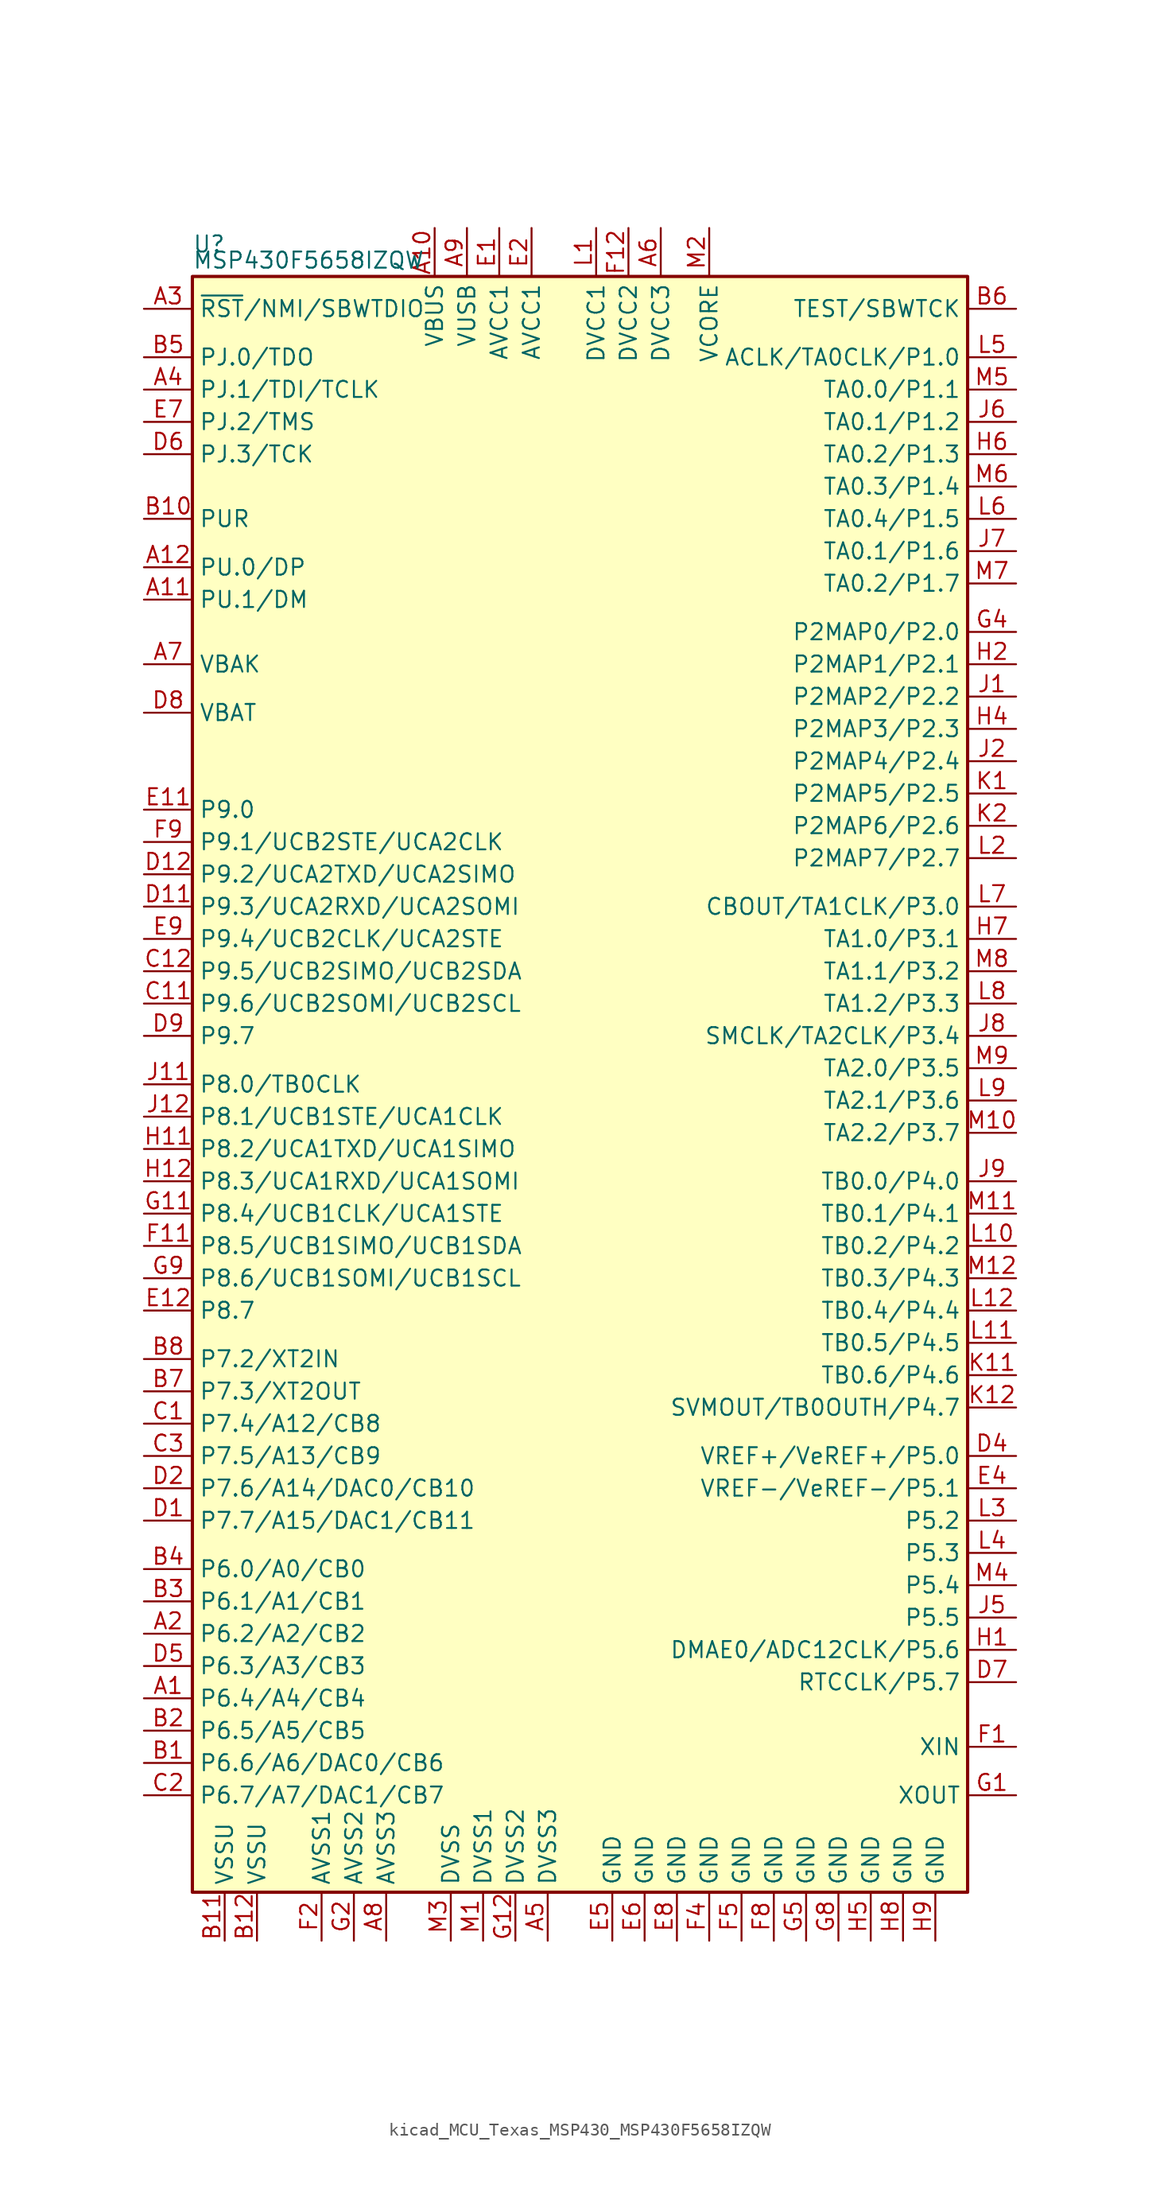
<source format=kicad_sym>
(kicad_symbol_lib
  (version 20220914)
  (generator kicad_symbol_editor)
  (symbol "kicad_MCU_Texas_MSP430_MSP430F5658IZQW"
    (property "Reference" "U"
      (at -30.48 66.04 0)
      (effects (font (size 1.27 1.27)) (justify left)))
    (property "Value" "MSP430F5658IZQW"
      (at -30.48 64.77 0)
      (effects (font (size 1.27 1.27)) (justify left)))
    (symbol "kicad_MCU_Texas_MSP430_MSP430F5658IZQW_0_1"
      (rectangle (start -30.48 63.5) (end 30.48 -63.5) (stroke (width 0.254) (type default)) (fill (type background))))
    (symbol "kicad_MCU_Texas_MSP430_MSP430F5658IZQW_1_1"
      (pin bidirectional line (at -34.29 -48.26 0) (length 3.81) (name "P6.4/A4/CB4" (effects (font (size 1.27 1.27)))) (number "A1" (effects (font (size 1.27 1.27)))))
      (pin passive line (at -11.43 67.31 270) (length 3.81) (name "VBUS" (effects (font (size 1.27 1.27)))) (number "A10" (effects (font (size 1.27 1.27)))))
      (pin bidirectional line (at -34.29 38.1 0) (length 3.81) (name "PU.1/DM" (effects (font (size 1.27 1.27)))) (number "A11" (effects (font (size 1.27 1.27)))))
      (pin bidirectional line (at -34.29 40.64 0) (length 3.81) (name "PU.0/DP" (effects (font (size 1.27 1.27)))) (number "A12" (effects (font (size 1.27 1.27)))))
      (pin bidirectional line (at -34.29 -43.18 0) (length 3.81) (name "P6.2/A2/CB2" (effects (font (size 1.27 1.27)))) (number "A2" (effects (font (size 1.27 1.27)))))
      (pin input line (at -34.29 60.96 0) (length 3.81) (name "~{RST}/NMI/SBWTDIO" (effects (font (size 1.27 1.27)))) (number "A3" (effects (font (size 1.27 1.27)))))
      (pin bidirectional line (at -34.29 54.61 0) (length 3.81) (name "PJ.1/TDI/TCLK" (effects (font (size 1.27 1.27)))) (number "A4" (effects (font (size 1.27 1.27)))))
      (pin power_in line (at -2.54 -67.31 90) (length 3.81) (name "DVSS3" (effects (font (size 1.27 1.27)))) (number "A5" (effects (font (size 1.27 1.27)))))
      (pin power_in line (at 6.35 67.31 270) (length 3.81) (name "DVCC3" (effects (font (size 1.27 1.27)))) (number "A6" (effects (font (size 1.27 1.27)))))
      (pin passive line (at -34.29 33.02 0) (length 3.81) (name "VBAK" (effects (font (size 1.27 1.27)))) (number "A7" (effects (font (size 1.27 1.27)))))
      (pin power_in line (at -15.24 -67.31 90) (length 3.81) (name "AVSS3" (effects (font (size 1.27 1.27)))) (number "A8" (effects (font (size 1.27 1.27)))))
      (pin passive line (at -8.89 67.31 270) (length 3.81) (name "VUSB" (effects (font (size 1.27 1.27)))) (number "A9" (effects (font (size 1.27 1.27)))))
      (pin bidirectional line (at -34.29 -53.34 0) (length 3.81) (name "P6.6/A6/DAC0/CB6" (effects (font (size 1.27 1.27)))) (number "B1" (effects (font (size 1.27 1.27)))))
      (pin bidirectional line (at -34.29 44.45 0) (length 3.81) (name "PUR" (effects (font (size 1.27 1.27)))) (number "B10" (effects (font (size 1.27 1.27)))))
      (pin power_in line (at -27.94 -67.31 90) (length 3.81) (name "VSSU" (effects (font (size 1.27 1.27)))) (number "B11" (effects (font (size 1.27 1.27)))))
      (pin power_in line (at -25.4 -67.31 90) (length 3.81) (name "VSSU" (effects (font (size 1.27 1.27)))) (number "B12" (effects (font (size 1.27 1.27)))))
      (pin bidirectional line (at -34.29 -50.8 0) (length 3.81) (name "P6.5/A5/CB5" (effects (font (size 1.27 1.27)))) (number "B2" (effects (font (size 1.27 1.27)))))
      (pin bidirectional line (at -34.29 -40.64 0) (length 3.81) (name "P6.1/A1/CB1" (effects (font (size 1.27 1.27)))) (number "B3" (effects (font (size 1.27 1.27)))))
      (pin bidirectional line (at -34.29 -38.1 0) (length 3.81) (name "P6.0/A0/CB0" (effects (font (size 1.27 1.27)))) (number "B4" (effects (font (size 1.27 1.27)))))
      (pin bidirectional line (at -34.29 57.15 0) (length 3.81) (name "PJ.0/TDO" (effects (font (size 1.27 1.27)))) (number "B5" (effects (font (size 1.27 1.27)))))
      (pin input line (at 34.29 60.96 180) (length 3.81) (name "TEST/SBWTCK" (effects (font (size 1.27 1.27)))) (number "B6" (effects (font (size 1.27 1.27)))))
      (pin bidirectional line (at -34.29 -24.13 0) (length 3.81) (name "P7.3/XT2OUT" (effects (font (size 1.27 1.27)))) (number "B7" (effects (font (size 1.27 1.27)))))
      (pin bidirectional line (at -34.29 -21.59 0) (length 3.81) (name "P7.2/XT2IN" (effects (font (size 1.27 1.27)))) (number "B8" (effects (font (size 1.27 1.27)))))
      (pin bidirectional line (at -34.29 -26.67 0) (length 3.81) (name "P7.4/A12/CB8" (effects (font (size 1.27 1.27)))) (number "C1" (effects (font (size 1.27 1.27)))))
      (pin bidirectional line (at -34.29 6.35 0) (length 3.81) (name "P9.6/UCB2SOMI/UCB2SCL" (effects (font (size 1.27 1.27)))) (number "C11" (effects (font (size 1.27 1.27)))))
      (pin bidirectional line (at -34.29 8.89 0) (length 3.81) (name "P9.5/UCB2SIMO/UCB2SDA" (effects (font (size 1.27 1.27)))) (number "C12" (effects (font (size 1.27 1.27)))))
      (pin bidirectional line (at -34.29 -55.88 0) (length 3.81) (name "P6.7/A7/DAC1/CB7" (effects (font (size 1.27 1.27)))) (number "C2" (effects (font (size 1.27 1.27)))))
      (pin bidirectional line (at -34.29 -29.21 0) (length 3.81) (name "P7.5/A13/CB9" (effects (font (size 1.27 1.27)))) (number "C3" (effects (font (size 1.27 1.27)))))
      (pin bidirectional line (at -34.29 -34.29 0) (length 3.81) (name "P7.7/A15/DAC1/CB11" (effects (font (size 1.27 1.27)))) (number "D1" (effects (font (size 1.27 1.27)))))
      (pin bidirectional line (at -34.29 13.97 0) (length 3.81) (name "P9.3/UCA2RXD/UCA2SOMI" (effects (font (size 1.27 1.27)))) (number "D11" (effects (font (size 1.27 1.27)))))
      (pin bidirectional line (at -34.29 16.51 0) (length 3.81) (name "P9.2/UCA2TXD/UCA2SIMO" (effects (font (size 1.27 1.27)))) (number "D12" (effects (font (size 1.27 1.27)))))
      (pin bidirectional line (at -34.29 -31.75 0) (length 3.81) (name "P7.6/A14/DAC0/CB10" (effects (font (size 1.27 1.27)))) (number "D2" (effects (font (size 1.27 1.27)))))
      (pin bidirectional line (at 34.29 -29.21 180) (length 3.81) (name "VREF+/VeREF+/P5.0" (effects (font (size 1.27 1.27)))) (number "D4" (effects (font (size 1.27 1.27)))))
      (pin bidirectional line (at -34.29 -45.72 0) (length 3.81) (name "P6.3/A3/CB3" (effects (font (size 1.27 1.27)))) (number "D5" (effects (font (size 1.27 1.27)))))
      (pin bidirectional line (at -34.29 49.53 0) (length 3.81) (name "PJ.3/TCK" (effects (font (size 1.27 1.27)))) (number "D6" (effects (font (size 1.27 1.27)))))
      (pin bidirectional line (at 34.29 -46.99 180) (length 3.81) (name "RTCCLK/P5.7" (effects (font (size 1.27 1.27)))) (number "D7" (effects (font (size 1.27 1.27)))))
      (pin passive line (at -34.29 29.21 0) (length 3.81) (name "VBAT" (effects (font (size 1.27 1.27)))) (number "D8" (effects (font (size 1.27 1.27)))))
      (pin bidirectional line (at -34.29 3.81 0) (length 3.81) (name "P9.7" (effects (font (size 1.27 1.27)))) (number "D9" (effects (font (size 1.27 1.27)))))
      (pin power_in line (at -6.35 67.31 270) (length 3.81) (name "AVCC1" (effects (font (size 1.27 1.27)))) (number "E1" (effects (font (size 1.27 1.27)))))
      (pin bidirectional line (at -34.29 21.59 0) (length 3.81) (name "P9.0" (effects (font (size 1.27 1.27)))) (number "E11" (effects (font (size 1.27 1.27)))))
      (pin bidirectional line (at -34.29 -17.78 0) (length 3.81) (name "P8.7" (effects (font (size 1.27 1.27)))) (number "E12" (effects (font (size 1.27 1.27)))))
      (pin power_in line (at -3.81 67.31 270) (length 3.81) (name "AVCC1" (effects (font (size 1.27 1.27)))) (number "E2" (effects (font (size 1.27 1.27)))))
      (pin bidirectional line (at 34.29 -31.75 180) (length 3.81) (name "VREF-/VeREF-/P5.1" (effects (font (size 1.27 1.27)))) (number "E4" (effects (font (size 1.27 1.27)))))
      (pin power_in line (at 2.54 -67.31 90) (length 3.81) (name "GND" (effects (font (size 1.27 1.27)))) (number "E5" (effects (font (size 1.27 1.27)))))
      (pin power_in line (at 5.08 -67.31 90) (length 3.81) (name "GND" (effects (font (size 1.27 1.27)))) (number "E6" (effects (font (size 1.27 1.27)))))
      (pin bidirectional line (at -34.29 52.07 0) (length 3.81) (name "PJ.2/TMS" (effects (font (size 1.27 1.27)))) (number "E7" (effects (font (size 1.27 1.27)))))
      (pin power_in line (at 7.62 -67.31 90) (length 3.81) (name "GND" (effects (font (size 1.27 1.27)))) (number "E8" (effects (font (size 1.27 1.27)))))
      (pin bidirectional line (at -34.29 11.43 0) (length 3.81) (name "P9.4/UCB2CLK/UCA2STE" (effects (font (size 1.27 1.27)))) (number "E9" (effects (font (size 1.27 1.27)))))
      (pin input line (at 34.29 -52.07 180) (length 3.81) (name "XIN" (effects (font (size 1.27 1.27)))) (number "F1" (effects (font (size 1.27 1.27)))))
      (pin bidirectional line (at -34.29 -12.7 0) (length 3.81) (name "P8.5/UCB1SIMO/UCB1SDA" (effects (font (size 1.27 1.27)))) (number "F11" (effects (font (size 1.27 1.27)))))
      (pin power_in line (at 3.81 67.31 270) (length 3.81) (name "DVCC2" (effects (font (size 1.27 1.27)))) (number "F12" (effects (font (size 1.27 1.27)))))
      (pin power_in line (at -20.32 -67.31 90) (length 3.81) (name "AVSS1" (effects (font (size 1.27 1.27)))) (number "F2" (effects (font (size 1.27 1.27)))))
      (pin power_in line (at 10.16 -67.31 90) (length 3.81) (name "GND" (effects (font (size 1.27 1.27)))) (number "F4" (effects (font (size 1.27 1.27)))))
      (pin power_in line (at 12.7 -67.31 90) (length 3.81) (name "GND" (effects (font (size 1.27 1.27)))) (number "F5" (effects (font (size 1.27 1.27)))))
      (pin power_in line (at 15.24 -67.31 90) (length 3.81) (name "GND" (effects (font (size 1.27 1.27)))) (number "F8" (effects (font (size 1.27 1.27)))))
      (pin bidirectional line (at -34.29 19.05 0) (length 3.81) (name "P9.1/UCB2STE/UCA2CLK" (effects (font (size 1.27 1.27)))) (number "F9" (effects (font (size 1.27 1.27)))))
      (pin output line (at 34.29 -55.88 180) (length 3.81) (name "XOUT" (effects (font (size 1.27 1.27)))) (number "G1" (effects (font (size 1.27 1.27)))))
      (pin bidirectional line (at -34.29 -10.16 0) (length 3.81) (name "P8.4/UCB1CLK/UCA1STE" (effects (font (size 1.27 1.27)))) (number "G11" (effects (font (size 1.27 1.27)))))
      (pin power_in line (at -5.08 -67.31 90) (length 3.81) (name "DVSS2" (effects (font (size 1.27 1.27)))) (number "G12" (effects (font (size 1.27 1.27)))))
      (pin power_in line (at -17.78 -67.31 90) (length 3.81) (name "AVSS2" (effects (font (size 1.27 1.27)))) (number "G2" (effects (font (size 1.27 1.27)))))
      (pin bidirectional line (at 34.29 35.56 180) (length 3.81) (name "P2MAP0/P2.0" (effects (font (size 1.27 1.27)))) (number "G4" (effects (font (size 1.27 1.27)))))
      (pin power_in line (at 17.78 -67.31 90) (length 3.81) (name "GND" (effects (font (size 1.27 1.27)))) (number "G5" (effects (font (size 1.27 1.27)))))
      (pin power_in line (at 20.32 -67.31 90) (length 3.81) (name "GND" (effects (font (size 1.27 1.27)))) (number "G8" (effects (font (size 1.27 1.27)))))
      (pin bidirectional line (at -34.29 -15.24 0) (length 3.81) (name "P8.6/UCB1SOMI/UCB1SCL" (effects (font (size 1.27 1.27)))) (number "G9" (effects (font (size 1.27 1.27)))))
      (pin bidirectional line (at 34.29 -44.45 180) (length 3.81) (name "DMAE0/ADC12CLK/P5.6" (effects (font (size 1.27 1.27)))) (number "H1" (effects (font (size 1.27 1.27)))))
      (pin bidirectional line (at -34.29 -5.08 0) (length 3.81) (name "P8.2/UCA1TXD/UCA1SIMO" (effects (font (size 1.27 1.27)))) (number "H11" (effects (font (size 1.27 1.27)))))
      (pin bidirectional line (at -34.29 -7.62 0) (length 3.81) (name "P8.3/UCA1RXD/UCA1SOMI" (effects (font (size 1.27 1.27)))) (number "H12" (effects (font (size 1.27 1.27)))))
      (pin bidirectional line (at 34.29 33.02 180) (length 3.81) (name "P2MAP1/P2.1" (effects (font (size 1.27 1.27)))) (number "H2" (effects (font (size 1.27 1.27)))))
      (pin bidirectional line (at 34.29 27.94 180) (length 3.81) (name "P2MAP3/P2.3" (effects (font (size 1.27 1.27)))) (number "H4" (effects (font (size 1.27 1.27)))))
      (pin power_in line (at 22.86 -67.31 90) (length 3.81) (name "GND" (effects (font (size 1.27 1.27)))) (number "H5" (effects (font (size 1.27 1.27)))))
      (pin bidirectional line (at 34.29 49.53 180) (length 3.81) (name "TA0.2/P1.3" (effects (font (size 1.27 1.27)))) (number "H6" (effects (font (size 1.27 1.27)))))
      (pin bidirectional line (at 34.29 11.43 180) (length 3.81) (name "TA1.0/P3.1" (effects (font (size 1.27 1.27)))) (number "H7" (effects (font (size 1.27 1.27)))))
      (pin power_in line (at 25.4 -67.31 90) (length 3.81) (name "GND" (effects (font (size 1.27 1.27)))) (number "H8" (effects (font (size 1.27 1.27)))))
      (pin power_in line (at 27.94 -67.31 90) (length 3.81) (name "GND" (effects (font (size 1.27 1.27)))) (number "H9" (effects (font (size 1.27 1.27)))))
      (pin bidirectional line (at 34.29 30.48 180) (length 3.81) (name "P2MAP2/P2.2" (effects (font (size 1.27 1.27)))) (number "J1" (effects (font (size 1.27 1.27)))))
      (pin bidirectional line (at -34.29 0 0) (length 3.81) (name "P8.0/TB0CLK" (effects (font (size 1.27 1.27)))) (number "J11" (effects (font (size 1.27 1.27)))))
      (pin bidirectional line (at -34.29 -2.54 0) (length 3.81) (name "P8.1/UCB1STE/UCA1CLK" (effects (font (size 1.27 1.27)))) (number "J12" (effects (font (size 1.27 1.27)))))
      (pin bidirectional line (at 34.29 25.4 180) (length 3.81) (name "P2MAP4/P2.4" (effects (font (size 1.27 1.27)))) (number "J2" (effects (font (size 1.27 1.27)))))
      (pin bidirectional line (at 34.29 -41.91 180) (length 3.81) (name "P5.5" (effects (font (size 1.27 1.27)))) (number "J5" (effects (font (size 1.27 1.27)))))
      (pin bidirectional line (at 34.29 52.07 180) (length 3.81) (name "TA0.1/P1.2" (effects (font (size 1.27 1.27)))) (number "J6" (effects (font (size 1.27 1.27)))))
      (pin bidirectional line (at 34.29 41.91 180) (length 3.81) (name "TA0.1/P1.6" (effects (font (size 1.27 1.27)))) (number "J7" (effects (font (size 1.27 1.27)))))
      (pin bidirectional line (at 34.29 3.81 180) (length 3.81) (name "SMCLK/TA2CLK/P3.4" (effects (font (size 1.27 1.27)))) (number "J8" (effects (font (size 1.27 1.27)))))
      (pin bidirectional line (at 34.29 -7.62 180) (length 3.81) (name "TB0.0/P4.0" (effects (font (size 1.27 1.27)))) (number "J9" (effects (font (size 1.27 1.27)))))
      (pin bidirectional line (at 34.29 22.86 180) (length 3.81) (name "P2MAP5/P2.5" (effects (font (size 1.27 1.27)))) (number "K1" (effects (font (size 1.27 1.27)))))
      (pin bidirectional line (at 34.29 -22.86 180) (length 3.81) (name "TB0.6/P4.6" (effects (font (size 1.27 1.27)))) (number "K11" (effects (font (size 1.27 1.27)))))
      (pin bidirectional line (at 34.29 -25.4 180) (length 3.81) (name "SVMOUT/TB0OUTH/P4.7" (effects (font (size 1.27 1.27)))) (number "K12" (effects (font (size 1.27 1.27)))))
      (pin bidirectional line (at 34.29 20.32 180) (length 3.81) (name "P2MAP6/P2.6" (effects (font (size 1.27 1.27)))) (number "K2" (effects (font (size 1.27 1.27)))))
      (pin power_in line (at 1.27 67.31 270) (length 3.81) (name "DVCC1" (effects (font (size 1.27 1.27)))) (number "L1" (effects (font (size 1.27 1.27)))))
      (pin bidirectional line (at 34.29 -12.7 180) (length 3.81) (name "TB0.2/P4.2" (effects (font (size 1.27 1.27)))) (number "L10" (effects (font (size 1.27 1.27)))))
      (pin bidirectional line (at 34.29 -20.32 180) (length 3.81) (name "TB0.5/P4.5" (effects (font (size 1.27 1.27)))) (number "L11" (effects (font (size 1.27 1.27)))))
      (pin bidirectional line (at 34.29 -17.78 180) (length 3.81) (name "TB0.4/P4.4" (effects (font (size 1.27 1.27)))) (number "L12" (effects (font (size 1.27 1.27)))))
      (pin bidirectional line (at 34.29 17.78 180) (length 3.81) (name "P2MAP7/P2.7" (effects (font (size 1.27 1.27)))) (number "L2" (effects (font (size 1.27 1.27)))))
      (pin bidirectional line (at 34.29 -34.29 180) (length 3.81) (name "P5.2" (effects (font (size 1.27 1.27)))) (number "L3" (effects (font (size 1.27 1.27)))))
      (pin bidirectional line (at 34.29 -36.83 180) (length 3.81) (name "P5.3" (effects (font (size 1.27 1.27)))) (number "L4" (effects (font (size 1.27 1.27)))))
      (pin bidirectional line (at 34.29 57.15 180) (length 3.81) (name "ACLK/TA0CLK/P1.0" (effects (font (size 1.27 1.27)))) (number "L5" (effects (font (size 1.27 1.27)))))
      (pin bidirectional line (at 34.29 44.45 180) (length 3.81) (name "TA0.4/P1.5" (effects (font (size 1.27 1.27)))) (number "L6" (effects (font (size 1.27 1.27)))))
      (pin bidirectional line (at 34.29 13.97 180) (length 3.81) (name "CBOUT/TA1CLK/P3.0" (effects (font (size 1.27 1.27)))) (number "L7" (effects (font (size 1.27 1.27)))))
      (pin bidirectional line (at 34.29 6.35 180) (length 3.81) (name "TA1.2/P3.3" (effects (font (size 1.27 1.27)))) (number "L8" (effects (font (size 1.27 1.27)))))
      (pin bidirectional line (at 34.29 -1.27 180) (length 3.81) (name "TA2.1/P3.6" (effects (font (size 1.27 1.27)))) (number "L9" (effects (font (size 1.27 1.27)))))
      (pin power_in line (at -7.62 -67.31 90) (length 3.81) (name "DVSS1" (effects (font (size 1.27 1.27)))) (number "M1" (effects (font (size 1.27 1.27)))))
      (pin bidirectional line (at 34.29 -3.81 180) (length 3.81) (name "TA2.2/P3.7" (effects (font (size 1.27 1.27)))) (number "M10" (effects (font (size 1.27 1.27)))))
      (pin bidirectional line (at 34.29 -10.16 180) (length 3.81) (name "TB0.1/P4.1" (effects (font (size 1.27 1.27)))) (number "M11" (effects (font (size 1.27 1.27)))))
      (pin bidirectional line (at 34.29 -15.24 180) (length 3.81) (name "TB0.3/P4.3" (effects (font (size 1.27 1.27)))) (number "M12" (effects (font (size 1.27 1.27)))))
      (pin power_in line (at 10.16 67.31 270) (length 3.81) (name "VCORE" (effects (font (size 1.27 1.27)))) (number "M2" (effects (font (size 1.27 1.27)))))
      (pin power_in line (at -10.16 -67.31 90) (length 3.81) (name "DVSS" (effects (font (size 1.27 1.27)))) (number "M3" (effects (font (size 1.27 1.27)))))
      (pin bidirectional line (at 34.29 -39.37 180) (length 3.81) (name "P5.4" (effects (font (size 1.27 1.27)))) (number "M4" (effects (font (size 1.27 1.27)))))
      (pin bidirectional line (at 34.29 54.61 180) (length 3.81) (name "TA0.0/P1.1" (effects (font (size 1.27 1.27)))) (number "M5" (effects (font (size 1.27 1.27)))))
      (pin bidirectional line (at 34.29 46.99 180) (length 3.81) (name "TA0.3/P1.4" (effects (font (size 1.27 1.27)))) (number "M6" (effects (font (size 1.27 1.27)))))
      (pin bidirectional line (at 34.29 39.37 180) (length 3.81) (name "TA0.2/P1.7" (effects (font (size 1.27 1.27)))) (number "M7" (effects (font (size 1.27 1.27)))))
      (pin bidirectional line (at 34.29 8.89 180) (length 3.81) (name "TA1.1/P3.2" (effects (font (size 1.27 1.27)))) (number "M8" (effects (font (size 1.27 1.27)))))
      (pin bidirectional line (at 34.29 1.27 180) (length 3.81) (name "TA2.0/P3.5" (effects (font (size 1.27 1.27)))) (number "M9" (effects (font (size 1.27 1.27))))))))
</source>
